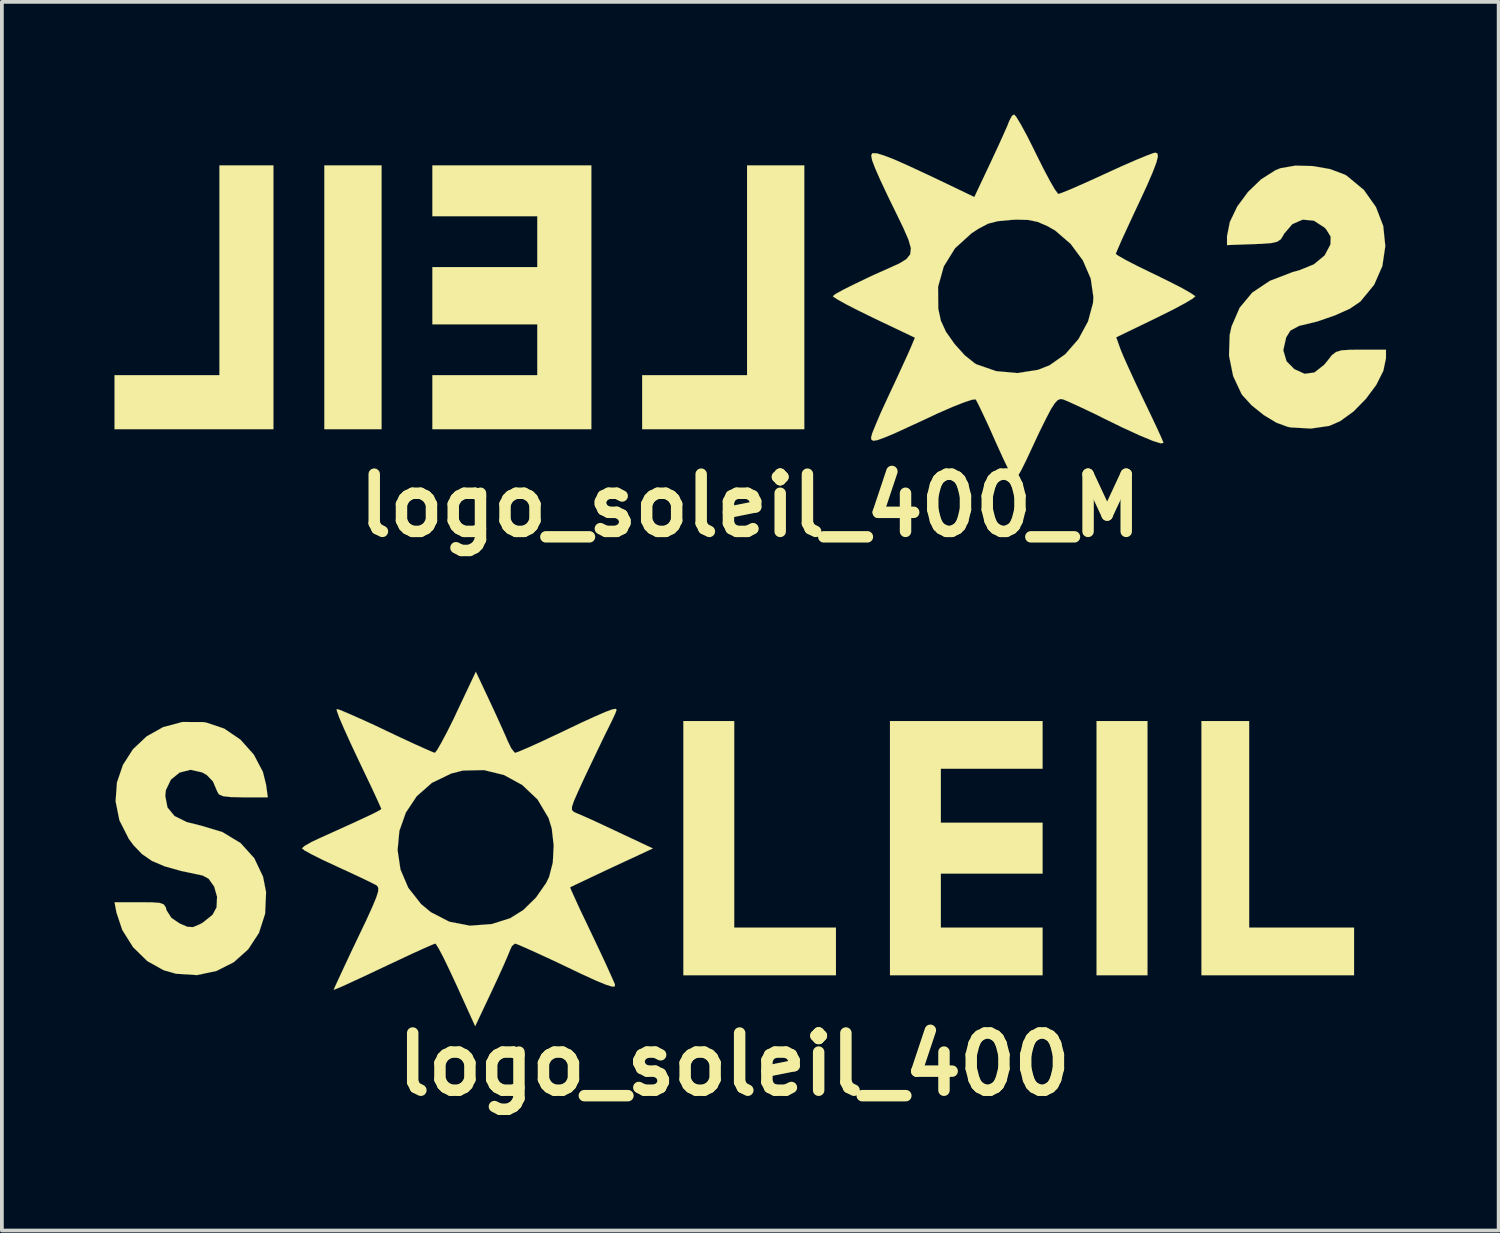
<source format=kicad_pcb>
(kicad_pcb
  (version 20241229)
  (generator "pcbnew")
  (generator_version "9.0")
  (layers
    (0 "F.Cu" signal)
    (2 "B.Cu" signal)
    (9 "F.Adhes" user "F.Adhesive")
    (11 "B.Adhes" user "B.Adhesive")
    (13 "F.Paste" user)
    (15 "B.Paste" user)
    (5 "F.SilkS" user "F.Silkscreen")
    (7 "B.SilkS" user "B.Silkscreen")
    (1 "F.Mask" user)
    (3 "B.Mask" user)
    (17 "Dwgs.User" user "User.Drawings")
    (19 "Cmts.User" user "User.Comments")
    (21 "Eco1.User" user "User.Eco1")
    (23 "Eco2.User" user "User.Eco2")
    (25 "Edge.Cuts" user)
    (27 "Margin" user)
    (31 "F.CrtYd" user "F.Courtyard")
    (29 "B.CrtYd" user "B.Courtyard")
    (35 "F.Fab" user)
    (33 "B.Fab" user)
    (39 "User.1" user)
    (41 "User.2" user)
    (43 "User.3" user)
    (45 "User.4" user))
  (footprint "logo_soleil_400_M"
    (layer "F.Cu")
    (at 16.933 4.827)
    (property "Reference" "logo_soleil_400_M" (at 0 5.588 0) (layer "F.SilkS") (effects (font (size 1.524 1.524) (thickness 0.305))))
    (attr through_hole)
    (fp_poly (pts (xy -9.82 3.556) (xy -11.344 3.556) (xy -11.344 -3.472) (xy -9.82 -3.472) (xy -9.82 3.556)) (stroke (width 0.003) (type solid)) (fill yes) (layer "F.SilkS"))
    (fp_poly (pts (xy -12.7 3.556) (xy -16.932 3.556) (xy -16.932 2.116) (xy -14.138 2.116) (xy -14.138 -3.472) (xy -12.7 -3.472) (xy -12.7 3.556)) (stroke (width 0.003) (type solid)) (fill yes) (layer "F.SilkS"))
    (fp_poly (pts (xy 1.44 3.556) (xy -2.878 3.556) (xy -2.878 2.116) (xy -0.084 2.116) (xy -0.084 -3.472) (xy 1.44 -3.472) (xy 1.44 3.556)) (stroke (width 0.003) (type solid)) (fill yes) (layer "F.SilkS"))
    (fp_poly (pts (xy -4.232 3.556) (xy -8.466 3.556) (xy -8.466 2.116) (xy -5.672 2.116) (xy -5.672 0.762) (xy -8.466 0.762) (xy -8.466 -0.762) (xy -5.672 -0.762) (xy -5.672 -2.118) (xy -8.466 -2.118) (xy -8.466 -3.472) (xy -4.232 -3.472) (xy -4.232 3.556)) (stroke (width 0.003) (type solid)) (fill yes) (layer "F.SilkS"))
    (fp_poly (pts (xy 16.934 1.666) (xy 16.863 2.002) (xy 16.675 2.375) (xy 16.398 2.748) (xy 16.068 3.084) (xy 15.715 3.34) (xy 15.423 3.467) (xy 14.935 3.538) (xy 14.402 3.508) (xy 14.321 3.493) (xy 14.018 3.383) (xy 13.678 3.178) (xy 13.355 2.918) (xy 13.109 2.649) (xy 13.086 2.616) (xy 12.863 2.139) (xy 12.753 1.593) (xy 12.771 1.046) (xy 12.822 0.815) (xy 13.038 0.318) (xy 13.373 -0.084) (xy 13.84 -0.396) (xy 14.448 -0.63) (xy 14.625 -0.678) (xy 15.014 -0.836) (xy 15.301 -1.074) (xy 15.456 -1.367) (xy 15.456 -1.372) (xy 15.461 -1.575) (xy 15.347 -1.76) (xy 15.296 -1.816) (xy 15.014 -1.999) (xy 14.717 -2.027) (xy 14.44 -1.908) (xy 14.216 -1.646) (xy 14.199 -1.608) (xy 14.133 -1.504) (xy 14.039 -1.44) (xy 13.879 -1.402) (xy 13.609 -1.382) (xy 13.396 -1.374) (xy 12.7 -1.349) (xy 12.7 -1.585) (xy 12.776 -1.966) (xy 12.972 -2.375) (xy 13.261 -2.766) (xy 13.609 -3.101) (xy 13.985 -3.34) (xy 14.122 -3.396) (xy 14.519 -3.465) (xy 14.983 -3.454) (xy 15.446 -3.373) (xy 15.832 -3.228) (xy 15.893 -3.193) (xy 16.345 -2.817) (xy 16.667 -2.362) (xy 16.861 -1.857) (xy 16.916 -1.323) (xy 16.838 -0.792) (xy 16.619 -0.292) (xy 16.256 0.15) (xy 16.241 0.163) (xy 15.972 0.345) (xy 15.575 0.523) (xy 15.103 0.686) (xy 14.62 0.803) (xy 14.389 0.927) (xy 14.275 1.11) (xy 14.199 1.453) (xy 14.285 1.745) (xy 14.493 1.956) (xy 14.768 2.08) (xy 15.027 2.045) (xy 15.283 1.844) (xy 15.375 1.735) (xy 15.491 1.585) (xy 15.603 1.499) (xy 15.748 1.455) (xy 15.979 1.44) (xy 16.266 1.438) (xy 16.934 1.438) (xy 16.934 1.666)) (stroke (width 0.003) (type solid)) (fill yes) (layer "F.SilkS"))
    (fp_poly (pts (xy 11.854 0.018) (xy 11.781 0.079) (xy 11.585 0.196) (xy 11.288 0.356) (xy 10.922 0.538) (xy 10.8 0.599) (xy 9.749 1.107) (xy 9.86 1.42) (xy 9.939 1.613) (xy 10.076 1.918) (xy 10.251 2.299) (xy 10.447 2.713) (xy 10.49 2.802) (xy 10.676 3.19) (xy 10.833 3.523) (xy 10.947 3.772) (xy 11.003 3.907) (xy 11.008 3.919) (xy 10.935 3.932) (xy 10.724 3.866) (xy 10.386 3.726) (xy 9.931 3.518) (xy 9.441 3.279) (xy 9.141 3.129) (xy 9.141 0.036) (xy 9.07 -0.457) (xy 8.86 -0.942) (xy 8.534 -1.382) (xy 8.125 -1.735) (xy 7.922 -1.852) (xy 7.658 -1.966) (xy 7.404 -2.019) (xy 7.089 -2.027) (xy 6.944 -2.019) (xy 6.596 -1.986) (xy 6.337 -1.92) (xy 6.086 -1.788) (xy 5.895 -1.664) (xy 5.456 -1.265) (xy 5.156 -0.782) (xy 5.004 -0.239) (xy 5.009 0.345) (xy 5.077 0.663) (xy 5.212 0.958) (xy 5.441 1.283) (xy 5.712 1.585) (xy 5.977 1.798) (xy 6.025 1.826) (xy 6.551 2.009) (xy 7.115 2.06) (xy 7.666 1.974) (xy 7.971 1.854) (xy 8.39 1.56) (xy 8.743 1.156) (xy 8.999 0.683) (xy 9.131 0.193) (xy 9.141 0.036) (xy 9.141 3.129) (xy 9.065 3.094) (xy 8.73 2.936) (xy 8.473 2.819) (xy 8.334 2.761) (xy 8.263 2.751) (xy 8.191 2.779) (xy 8.113 2.863) (xy 8.011 3.02) (xy 7.879 3.272) (xy 7.701 3.632) (xy 7.473 4.12) (xy 7.351 4.381) (xy 7.221 4.643) (xy 7.112 4.834) (xy 7.046 4.91) (xy 6.99 4.836) (xy 6.883 4.636) (xy 6.739 4.336) (xy 6.571 3.967) (xy 6.528 3.871) (xy 6.355 3.482) (xy 6.2 3.15) (xy 6.081 2.901) (xy 6.012 2.771) (xy 6.005 2.761) (xy 5.911 2.769) (xy 5.69 2.842) (xy 5.375 2.967) (xy 4.991 3.134) (xy 4.77 3.239) (xy 4.244 3.482) (xy 3.851 3.663) (xy 3.571 3.78) (xy 3.388 3.846) (xy 3.282 3.863) (xy 3.231 3.84) (xy 3.218 3.782) (xy 3.251 3.66) (xy 3.348 3.421) (xy 3.487 3.096) (xy 3.663 2.715) (xy 3.691 2.654) (xy 3.881 2.25) (xy 4.051 1.88) (xy 4.188 1.582) (xy 4.272 1.392) (xy 4.275 1.384) (xy 4.387 1.118) (xy 3.294 0.597) (xy 2.903 0.406) (xy 2.576 0.239) (xy 2.337 0.107) (xy 2.212 0.025) (xy 2.202 0.01) (xy 2.273 -0.046) (xy 2.474 -0.157) (xy 2.774 -0.307) (xy 3.145 -0.485) (xy 3.292 -0.554) (xy 3.678 -0.726) (xy 3.965 -0.856) (xy 4.158 -0.973) (xy 4.262 -1.102) (xy 4.28 -1.265) (xy 4.216 -1.491) (xy 4.079 -1.806) (xy 3.871 -2.235) (xy 3.68 -2.626) (xy 3.467 -3.078) (xy 3.325 -3.401) (xy 3.246 -3.612) (xy 3.223 -3.736) (xy 3.251 -3.792) (xy 3.266 -3.797) (xy 3.376 -3.792) (xy 3.559 -3.736) (xy 3.835 -3.63) (xy 4.219 -3.459) (xy 4.727 -3.223) (xy 5.207 -2.995) (xy 5.969 -2.629) (xy 6.408 -3.559) (xy 6.584 -3.937) (xy 6.736 -4.27) (xy 6.848 -4.524) (xy 6.901 -4.658) (xy 6.975 -4.796) (xy 7.031 -4.826) (xy 7.092 -4.755) (xy 7.211 -4.557) (xy 7.371 -4.262) (xy 7.556 -3.894) (xy 7.617 -3.769) (xy 7.808 -3.386) (xy 7.978 -3.066) (xy 8.113 -2.832) (xy 8.197 -2.718) (xy 8.212 -2.71) (xy 8.313 -2.746) (xy 8.539 -2.837) (xy 8.862 -2.979) (xy 9.253 -3.155) (xy 9.482 -3.261) (xy 9.901 -3.452) (xy 10.272 -3.614) (xy 10.564 -3.734) (xy 10.749 -3.802) (xy 10.792 -3.81) (xy 10.848 -3.787) (xy 10.858 -3.706) (xy 10.818 -3.548) (xy 10.724 -3.299) (xy 10.569 -2.939) (xy 10.345 -2.456) (xy 10.211 -2.172) (xy 10.036 -1.793) (xy 9.888 -1.471) (xy 9.787 -1.237) (xy 9.738 -1.12) (xy 9.738 -1.113) (xy 9.812 -1.059) (xy 10.01 -0.947) (xy 10.305 -0.795) (xy 10.673 -0.615) (xy 10.798 -0.556) (xy 11.179 -0.368) (xy 11.501 -0.203) (xy 11.732 -0.071) (xy 11.847 0.008) (xy 11.854 0.018)) (stroke (width 0.003) (type solid)) (fill yes) (layer "F.SilkS")))
  (footprint "logo_soleil_400"
    (layer "F.Cu")
    (at 16.506 19.458)
    (property "Reference" "logo_soleil_400" (at 0 5.842 0) (layer "F.SilkS") (effects (font (size 1.524 1.524) (thickness 0.305))))
    (attr through_hole)
    (fp_poly (pts (xy 11.008 3.47) (xy 9.652 3.47) (xy 9.652 -3.302) (xy 11.008 -3.302) (xy 11.008 3.47)) (stroke (width 0.003) (type solid)) (fill yes) (layer "F.SilkS"))
    (fp_poly (pts (xy 2.71 3.47) (xy -1.354 3.47) (xy -1.354 -3.302) (xy 0 -3.302) (xy 0 2.2) (xy 2.71 2.2) (xy 2.71 3.47)) (stroke (width 0.003) (type solid)) (fill yes) (layer "F.SilkS"))
    (fp_poly (pts (xy 16.51 3.47) (xy 12.446 3.47) (xy 12.446 -3.302) (xy 13.716 -3.302) (xy 13.716 2.2) (xy 16.51 2.2) (xy 16.51 3.47)) (stroke (width 0.003) (type solid)) (fill yes) (layer "F.SilkS"))
    (fp_poly (pts (xy 8.214 3.47) (xy 4.15 3.47) (xy 4.15 -3.302) (xy 8.214 -3.302) (xy 8.214 -2.032) (xy 5.504 -2.032) (xy 5.504 -0.594) (xy 8.214 -0.594) (xy 8.214 0.762) (xy 5.504 0.762) (xy 5.504 2.2) (xy 8.214 2.2) (xy 8.214 3.47)) (stroke (width 0.003) (type solid)) (fill yes) (layer "F.SilkS"))
    (fp_poly (pts (xy -12.423 -1.27) (xy -13.071 -1.27) (xy -13.411 -1.278) (xy -13.614 -1.3) (xy -13.724 -1.349) (xy -13.767 -1.42) (xy -13.884 -1.694) (xy -14.051 -1.867) (xy -14.173 -1.935) (xy -14.481 -2.004) (xy -14.773 -1.93) (xy -15.004 -1.742) (xy -15.138 -1.463) (xy -15.154 -1.306) (xy -15.095 -1.001) (xy -14.907 -0.772) (xy -14.58 -0.61) (xy -14.219 -0.521) (xy -13.632 -0.345) (xy -13.147 -0.051) (xy -12.784 0.351) (xy -12.55 0.843) (xy -12.469 1.255) (xy -12.494 1.829) (xy -12.659 2.342) (xy -12.946 2.779) (xy -13.33 3.122) (xy -13.792 3.355) (xy -14.313 3.465) (xy -14.867 3.429) (xy -15.197 3.335) (xy -15.634 3.091) (xy -16.012 2.72) (xy -16.299 2.263) (xy -16.454 1.798) (xy -16.505 1.524) (xy -15.839 1.524) (xy -15.507 1.527) (xy -15.303 1.542) (xy -15.194 1.582) (xy -15.141 1.659) (xy -15.121 1.737) (xy -14.989 1.943) (xy -14.765 2.093) (xy -14.562 2.179) (xy -14.415 2.187) (xy -14.234 2.111) (xy -14.158 2.07) (xy -13.894 1.859) (xy -13.787 1.659) (xy -13.774 1.379) (xy -13.851 1.107) (xy -13.998 0.899) (xy -14.155 0.813) (xy -14.732 0.691) (xy -15.174 0.566) (xy -15.512 0.422) (xy -15.773 0.241) (xy -15.997 0.008) (xy -16.124 -0.163) (xy -16.375 -0.658) (xy -16.477 -1.166) (xy -16.441 -1.664) (xy -16.281 -2.134) (xy -16.015 -2.55) (xy -15.651 -2.893) (xy -15.207 -3.142) (xy -14.699 -3.277) (xy -14.138 -3.274) (xy -14.061 -3.261) (xy -13.584 -3.101) (xy -13.152 -2.807) (xy -12.797 -2.41) (xy -12.555 -1.951) (xy -12.469 -1.61) (xy -12.423 -1.27)) (stroke (width 0.003) (type solid)) (fill yes) (layer "F.SilkS"))
    (fp_poly (pts (xy -2.167 0.091) (xy -3.264 0.602) (xy -3.655 0.785) (xy -3.985 0.942) (xy -4.232 1.059) (xy -4.359 1.12) (xy -4.371 1.128) (xy -4.341 1.204) (xy -4.249 1.407) (xy -4.11 1.712) (xy -3.929 2.09) (xy -3.807 2.347) (xy -3.604 2.774) (xy -3.426 3.155) (xy -3.287 3.462) (xy -3.198 3.663) (xy -3.175 3.719) (xy -3.183 3.769) (xy -3.259 3.769) (xy -3.419 3.719) (xy -3.686 3.609) (xy -4.072 3.432) (xy -4.445 3.254) (xy -4.808 3.081) (xy -4.808 0.01) (xy -4.859 -0.442) (xy -4.945 -0.721) (xy -5.237 -1.212) (xy -5.644 -1.598) (xy -6.129 -1.864) (xy -6.665 -1.996) (xy -7.224 -1.984) (xy -7.536 -1.905) (xy -8.052 -1.656) (xy -8.456 -1.3) (xy -8.745 -0.866) (xy -8.918 -0.378) (xy -8.966 0.135) (xy -8.89 0.65) (xy -8.682 1.138) (xy -8.341 1.572) (xy -8.082 1.788) (xy -7.59 2.042) (xy -7.038 2.149) (xy -6.459 2.106) (xy -5.969 1.951) (xy -5.618 1.732) (xy -5.281 1.402) (xy -5.011 1.016) (xy -4.93 0.851) (xy -4.831 0.467) (xy -4.808 0.01) (xy -4.808 3.081) (xy -4.879 3.048) (xy -5.265 2.87) (xy -5.57 2.733) (xy -5.771 2.647) (xy -5.839 2.624) (xy -5.921 2.692) (xy -5.972 2.802) (xy -6.03 2.946) (xy -6.144 3.208) (xy -6.297 3.546) (xy -6.464 3.904) (xy -6.899 4.826) (xy -7.399 3.724) (xy -7.582 3.332) (xy -7.742 3) (xy -7.869 2.758) (xy -7.948 2.634) (xy -7.96 2.624) (xy -8.054 2.659) (xy -8.273 2.756) (xy -8.593 2.901) (xy -8.987 3.086) (xy -9.345 3.254) (xy -9.774 3.457) (xy -10.147 3.63) (xy -10.434 3.762) (xy -10.617 3.838) (xy -10.668 3.856) (xy -10.632 3.772) (xy -10.536 3.564) (xy -10.391 3.251) (xy -10.208 2.86) (xy -10.03 2.487) (xy -9.799 2.004) (xy -9.639 1.651) (xy -9.535 1.402) (xy -9.484 1.242) (xy -9.479 1.143) (xy -9.51 1.087) (xy -9.543 1.064) (xy -9.677 0.996) (xy -9.929 0.874) (xy -10.262 0.719) (xy -10.604 0.561) (xy -10.96 0.396) (xy -11.25 0.251) (xy -11.445 0.142) (xy -11.514 0.089) (xy -11.443 0.025) (xy -11.26 -0.079) (xy -11.069 -0.17) (xy -10.495 -0.429) (xy -10.061 -0.627) (xy -9.749 -0.772) (xy -9.545 -0.871) (xy -9.434 -0.932) (xy -9.398 -0.963) (xy -9.434 -1.046) (xy -9.53 -1.257) (xy -9.675 -1.57) (xy -9.86 -1.956) (xy -10.023 -2.299) (xy -10.223 -2.725) (xy -10.391 -3.096) (xy -10.516 -3.386) (xy -10.582 -3.569) (xy -10.589 -3.622) (xy -10.498 -3.597) (xy -10.279 -3.505) (xy -9.962 -3.365) (xy -9.573 -3.188) (xy -9.286 -3.051) (xy -8.862 -2.85) (xy -8.494 -2.68) (xy -8.204 -2.55) (xy -8.021 -2.471) (xy -7.971 -2.456) (xy -7.912 -2.53) (xy -7.798 -2.728) (xy -7.64 -3.025) (xy -7.457 -3.393) (xy -7.391 -3.536) (xy -6.881 -4.615) (xy -6.523 -3.853) (xy -6.353 -3.487) (xy -6.195 -3.139) (xy -6.073 -2.865) (xy -6.035 -2.774) (xy -5.939 -2.576) (xy -5.85 -2.464) (xy -5.827 -2.456) (xy -5.728 -2.492) (xy -5.502 -2.588) (xy -5.184 -2.731) (xy -4.801 -2.911) (xy -4.61 -3) (xy -4.087 -3.251) (xy -3.696 -3.429) (xy -3.421 -3.548) (xy -3.249 -3.612) (xy -3.157 -3.627) (xy -3.132 -3.602) (xy -3.167 -3.505) (xy -3.259 -3.307) (xy -3.348 -3.127) (xy -3.475 -2.87) (xy -3.647 -2.512) (xy -3.84 -2.108) (xy -3.98 -1.814) (xy -4.155 -1.433) (xy -4.267 -1.179) (xy -4.321 -1.021) (xy -4.321 -0.932) (xy -4.275 -0.884) (xy -4.209 -0.853) (xy -4.059 -0.79) (xy -3.797 -0.673) (xy -3.457 -0.516) (xy -3.094 -0.345) (xy -2.167 0.091)) (stroke (width 0.003) (type solid)) (fill yes) (layer "F.SilkS")))
  (gr_rect
    (start -3 -3)
    (end 36.868 29.727)
    (stroke (width 0.1) (type default))
    (fill no)
    (layer "Edge.Cuts")))
</source>
